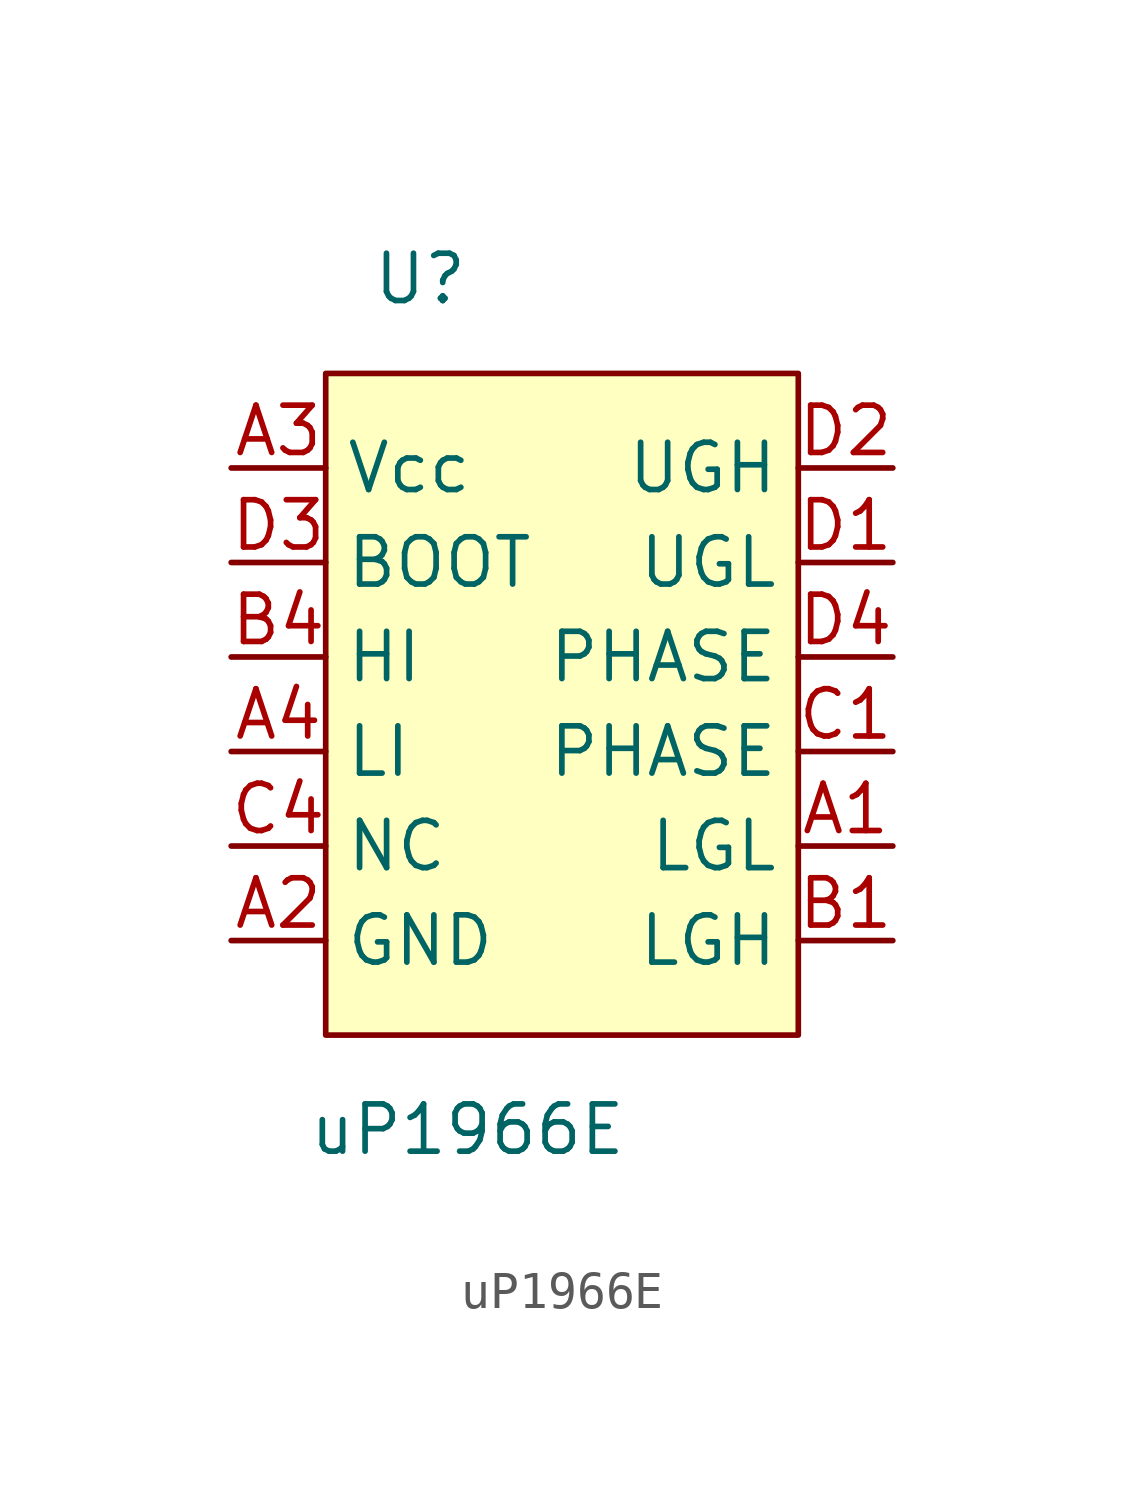
<source format=kicad_sym>
(kicad_symbol_lib
  (version 20211014)
  (generator kicad_symbol_editor)
  (symbol "uP1966E"
    (property "Reference" "U"
      (at 0 3.81 0)
      (effects (font (size 1.27 1.27))))
    (property "Value" "uP1966E"
      (at 1.27 -19.05 0)
      (effects (font (size 1.27 1.27))))
    (symbol "uP1966E_0_1"
      (rectangle (start -2.54 1.27) (end 10.16 -16.51) (stroke (width 0.152) (type default) (color 0 0 0 0)) (fill (type background))))
    (symbol "uP1966E_1_1"
      (pin passive line (at 12.7 -11.43 180) (length 2.54) (name "LGL" (effects (font (size 1.27 1.27)))) (number "A1" (effects (font (size 1.27 1.27)))))
      (pin passive line (at -5.08 -13.97 0) (length 2.54) (name "GND" (effects (font (size 1.27 1.27)))) (number "A2" (effects (font (size 1.27 1.27)))))
      (pin power_in line (at -5.08 -1.27 0) (length 2.54) (name "Vcc" (effects (font (size 1.27 1.27)))) (number "A3" (effects (font (size 1.27 1.27)))))
      (pin input line (at -5.08 -8.89 0) (length 2.54) (name "LI" (effects (font (size 1.27 1.27)))) (number "A4" (effects (font (size 1.27 1.27)))))
      (pin passive line (at 12.7 -13.97 180) (length 2.54) (name "LGH" (effects (font (size 1.27 1.27)))) (number "B1" (effects (font (size 1.27 1.27)))))
      (pin input line (at -5.08 -6.35 0) (length 2.54) (name "HI" (effects (font (size 1.27 1.27)))) (number "B4" (effects (font (size 1.27 1.27)))))
      (pin passive line (at 12.7 -8.89 180) (length 2.54) (name "PHASE" (effects (font (size 1.27 1.27)))) (number "C1" (effects (font (size 1.27 1.27)))))
      (pin passive line (at -5.08 -11.43 0) (length 2.54) (name "NC" (effects (font (size 1.27 1.27)))) (number "C4" (effects (font (size 1.27 1.27)))))
      (pin passive line (at 12.7 -3.81 180) (length 2.54) (name "UGL" (effects (font (size 1.27 1.27)))) (number "D1" (effects (font (size 1.27 1.27)))))
      (pin passive line (at 12.7 -1.27 180) (length 2.54) (name "UGH" (effects (font (size 1.27 1.27)))) (number "D2" (effects (font (size 1.27 1.27)))))
      (pin passive line (at -5.08 -3.81 0) (length 2.54) (name "BOOT" (effects (font (size 1.27 1.27)))) (number "D3" (effects (font (size 1.27 1.27)))))
      (pin passive line (at 12.7 -6.35 180) (length 2.54) (name "PHASE" (effects (font (size 1.27 1.27)))) (number "D4" (effects (font (size 1.27 1.27))))))))
</source>
